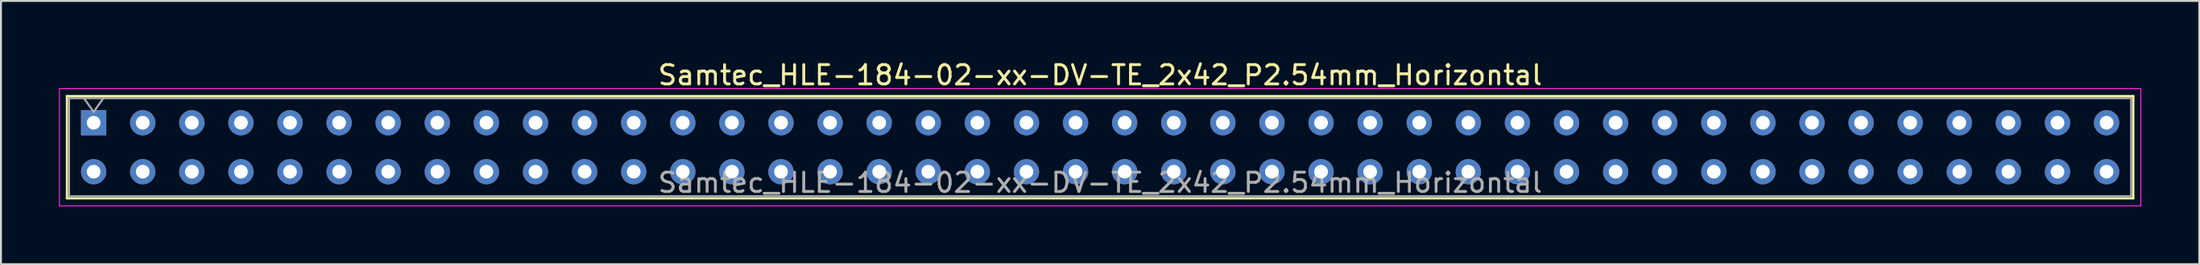
<source format=kicad_pcb>
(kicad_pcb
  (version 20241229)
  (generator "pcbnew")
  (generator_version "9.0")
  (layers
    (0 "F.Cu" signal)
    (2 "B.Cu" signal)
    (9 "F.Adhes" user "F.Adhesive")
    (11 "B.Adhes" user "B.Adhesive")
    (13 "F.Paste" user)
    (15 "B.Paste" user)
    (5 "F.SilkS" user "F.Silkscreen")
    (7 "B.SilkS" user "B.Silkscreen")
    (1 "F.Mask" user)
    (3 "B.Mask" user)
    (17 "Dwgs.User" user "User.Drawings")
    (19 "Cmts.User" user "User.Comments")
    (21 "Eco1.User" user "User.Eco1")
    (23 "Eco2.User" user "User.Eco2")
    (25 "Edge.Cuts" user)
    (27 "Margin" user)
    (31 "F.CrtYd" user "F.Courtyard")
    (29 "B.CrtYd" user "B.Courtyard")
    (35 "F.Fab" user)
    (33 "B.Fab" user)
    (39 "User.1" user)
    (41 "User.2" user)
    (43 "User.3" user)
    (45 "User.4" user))
  (footprint "Samtec_HLE-184-02-xx-DV-TE_2x42_P2.54mm_Horizontal"
    (layer "F.Cu")
    (at 1.795 3.318)
    (property "Reference" "Samtec_HLE-184-02-xx-DV-TE_2x42_P2.54mm_Horizontal" (at 52.07 -2.47 0) (layer "F.SilkS") (effects (font (size 1 1) (thickness 0.15))))
    (attr through_hole)
    (fp_line (start -1.38 -1.38) (end 105.52 -1.38) (stroke (width 0.12) (type solid)) (layer "F.SilkS"))
    (fp_line (start -1.38 3.92) (end -1.38 -1.38) (stroke (width 0.12) (type solid)) (layer "F.SilkS"))
    (fp_line (start 105.52 -1.38) (end 105.52 3.92) (stroke (width 0.12) (type solid)) (layer "F.SilkS"))
    (fp_line (start 105.52 3.92) (end -1.38 3.92) (stroke (width 0.12) (type solid)) (layer "F.SilkS"))
    (fp_line (start -1.77 -1.77) (end 105.91 -1.77) (stroke (width 0.05) (type solid)) (layer "F.CrtYd"))
    (fp_line (start -1.77 4.31) (end -1.77 -1.77) (stroke (width 0.05) (type solid)) (layer "F.CrtYd"))
    (fp_line (start 105.91 -1.77) (end 105.91 4.31) (stroke (width 0.05) (type solid)) (layer "F.CrtYd"))
    (fp_line (start 105.91 4.31) (end -1.77 4.31) (stroke (width 0.05) (type solid)) (layer "F.CrtYd"))
    (fp_line (start -1.27 -1.27) (end 105.41 -1.27) (stroke (width 0.1) (type solid)) (layer "F.Fab"))
    (fp_line (start -1.27 3.81) (end -1.27 -1.27) (stroke (width 0.1) (type solid)) (layer "F.Fab"))
    (fp_line (start -0.5 -1.27) (end 0 -0.563) (stroke (width 0.1) (type solid)) (layer "F.Fab"))
    (fp_line (start 0 -0.563) (end 0.5 -1.27) (stroke (width 0.1) (type solid)) (layer "F.Fab"))
    (fp_line (start 105.41 -1.27) (end 105.41 3.81) (stroke (width 0.1) (type solid)) (layer "F.Fab"))
    (fp_line (start 105.41 3.81) (end -1.27 3.81) (stroke (width 0.1) (type solid)) (layer "F.Fab"))
    (fp_text user "${REFERENCE}" (at 52.07 3.11 0) (layer "F.Fab") (effects (font (size 1 1) (thickness 0.15))))
    (pad "1" thru_hole rect (at 0 0) (size 1.31 1.31) (drill 0.71) (layers "*.Cu" "*.Mask"))
    (pad "2" thru_hole circle (at 0 2.54) (size 1.31 1.31) (drill 0.71) (layers "*.Cu" "*.Mask"))
    (pad "3" thru_hole circle (at 2.54 0) (size 1.31 1.31) (drill 0.71) (layers "*.Cu" "*.Mask"))
    (pad "4" thru_hole circle (at 2.54 2.54) (size 1.31 1.31) (drill 0.71) (layers "*.Cu" "*.Mask"))
    (pad "5" thru_hole circle (at 5.08 0) (size 1.31 1.31) (drill 0.71) (layers "*.Cu" "*.Mask"))
    (pad "6" thru_hole circle (at 5.08 2.54) (size 1.31 1.31) (drill 0.71) (layers "*.Cu" "*.Mask"))
    (pad "7" thru_hole circle (at 7.62 0) (size 1.31 1.31) (drill 0.71) (layers "*.Cu" "*.Mask"))
    (pad "8" thru_hole circle (at 7.62 2.54) (size 1.31 1.31) (drill 0.71) (layers "*.Cu" "*.Mask"))
    (pad "9" thru_hole circle (at 10.16 0) (size 1.31 1.31) (drill 0.71) (layers "*.Cu" "*.Mask"))
    (pad "10" thru_hole circle (at 10.16 2.54) (size 1.31 1.31) (drill 0.71) (layers "*.Cu" "*.Mask"))
    (pad "11" thru_hole circle (at 12.7 0) (size 1.31 1.31) (drill 0.71) (layers "*.Cu" "*.Mask"))
    (pad "12" thru_hole circle (at 12.7 2.54) (size 1.31 1.31) (drill 0.71) (layers "*.Cu" "*.Mask"))
    (pad "13" thru_hole circle (at 15.24 0) (size 1.31 1.31) (drill 0.71) (layers "*.Cu" "*.Mask"))
    (pad "14" thru_hole circle (at 15.24 2.54) (size 1.31 1.31) (drill 0.71) (layers "*.Cu" "*.Mask"))
    (pad "15" thru_hole circle (at 17.78 0) (size 1.31 1.31) (drill 0.71) (layers "*.Cu" "*.Mask"))
    (pad "16" thru_hole circle (at 17.78 2.54) (size 1.31 1.31) (drill 0.71) (layers "*.Cu" "*.Mask"))
    (pad "17" thru_hole circle (at 20.32 0) (size 1.31 1.31) (drill 0.71) (layers "*.Cu" "*.Mask"))
    (pad "18" thru_hole circle (at 20.32 2.54) (size 1.31 1.31) (drill 0.71) (layers "*.Cu" "*.Mask"))
    (pad "19" thru_hole circle (at 22.86 0) (size 1.31 1.31) (drill 0.71) (layers "*.Cu" "*.Mask"))
    (pad "20" thru_hole circle (at 22.86 2.54) (size 1.31 1.31) (drill 0.71) (layers "*.Cu" "*.Mask"))
    (pad "21" thru_hole circle (at 25.4 0) (size 1.31 1.31) (drill 0.71) (layers "*.Cu" "*.Mask"))
    (pad "22" thru_hole circle (at 25.4 2.54) (size 1.31 1.31) (drill 0.71) (layers "*.Cu" "*.Mask"))
    (pad "23" thru_hole circle (at 27.94 0) (size 1.31 1.31) (drill 0.71) (layers "*.Cu" "*.Mask"))
    (pad "24" thru_hole circle (at 27.94 2.54) (size 1.31 1.31) (drill 0.71) (layers "*.Cu" "*.Mask"))
    (pad "25" thru_hole circle (at 30.48 0) (size 1.31 1.31) (drill 0.71) (layers "*.Cu" "*.Mask"))
    (pad "26" thru_hole circle (at 30.48 2.54) (size 1.31 1.31) (drill 0.71) (layers "*.Cu" "*.Mask"))
    (pad "27" thru_hole circle (at 33.02 0) (size 1.31 1.31) (drill 0.71) (layers "*.Cu" "*.Mask"))
    (pad "28" thru_hole circle (at 33.02 2.54) (size 1.31 1.31) (drill 0.71) (layers "*.Cu" "*.Mask"))
    (pad "29" thru_hole circle (at 35.56 0) (size 1.31 1.31) (drill 0.71) (layers "*.Cu" "*.Mask"))
    (pad "30" thru_hole circle (at 35.56 2.54) (size 1.31 1.31) (drill 0.71) (layers "*.Cu" "*.Mask"))
    (pad "31" thru_hole circle (at 38.1 0) (size 1.31 1.31) (drill 0.71) (layers "*.Cu" "*.Mask"))
    (pad "32" thru_hole circle (at 38.1 2.54) (size 1.31 1.31) (drill 0.71) (layers "*.Cu" "*.Mask"))
    (pad "33" thru_hole circle (at 40.64 0) (size 1.31 1.31) (drill 0.71) (layers "*.Cu" "*.Mask"))
    (pad "34" thru_hole circle (at 40.64 2.54) (size 1.31 1.31) (drill 0.71) (layers "*.Cu" "*.Mask"))
    (pad "35" thru_hole circle (at 43.18 0) (size 1.31 1.31) (drill 0.71) (layers "*.Cu" "*.Mask"))
    (pad "36" thru_hole circle (at 43.18 2.54) (size 1.31 1.31) (drill 0.71) (layers "*.Cu" "*.Mask"))
    (pad "37" thru_hole circle (at 45.72 0) (size 1.31 1.31) (drill 0.71) (layers "*.Cu" "*.Mask"))
    (pad "38" thru_hole circle (at 45.72 2.54) (size 1.31 1.31) (drill 0.71) (layers "*.Cu" "*.Mask"))
    (pad "39" thru_hole circle (at 48.26 0) (size 1.31 1.31) (drill 0.71) (layers "*.Cu" "*.Mask"))
    (pad "40" thru_hole circle (at 48.26 2.54) (size 1.31 1.31) (drill 0.71) (layers "*.Cu" "*.Mask"))
    (pad "41" thru_hole circle (at 50.8 0) (size 1.31 1.31) (drill 0.71) (layers "*.Cu" "*.Mask"))
    (pad "42" thru_hole circle (at 50.8 2.54) (size 1.31 1.31) (drill 0.71) (layers "*.Cu" "*.Mask"))
    (pad "43" thru_hole circle (at 53.34 0) (size 1.31 1.31) (drill 0.71) (layers "*.Cu" "*.Mask"))
    (pad "44" thru_hole circle (at 53.34 2.54) (size 1.31 1.31) (drill 0.71) (layers "*.Cu" "*.Mask"))
    (pad "45" thru_hole circle (at 55.88 0) (size 1.31 1.31) (drill 0.71) (layers "*.Cu" "*.Mask"))
    (pad "46" thru_hole circle (at 55.88 2.54) (size 1.31 1.31) (drill 0.71) (layers "*.Cu" "*.Mask"))
    (pad "47" thru_hole circle (at 58.42 0) (size 1.31 1.31) (drill 0.71) (layers "*.Cu" "*.Mask"))
    (pad "48" thru_hole circle (at 58.42 2.54) (size 1.31 1.31) (drill 0.71) (layers "*.Cu" "*.Mask"))
    (pad "49" thru_hole circle (at 60.96 0) (size 1.31 1.31) (drill 0.71) (layers "*.Cu" "*.Mask"))
    (pad "50" thru_hole circle (at 60.96 2.54) (size 1.31 1.31) (drill 0.71) (layers "*.Cu" "*.Mask"))
    (pad "51" thru_hole circle (at 63.5 0) (size 1.31 1.31) (drill 0.71) (layers "*.Cu" "*.Mask"))
    (pad "52" thru_hole circle (at 63.5 2.54) (size 1.31 1.31) (drill 0.71) (layers "*.Cu" "*.Mask"))
    (pad "53" thru_hole circle (at 66.04 0) (size 1.31 1.31) (drill 0.71) (layers "*.Cu" "*.Mask"))
    (pad "54" thru_hole circle (at 66.04 2.54) (size 1.31 1.31) (drill 0.71) (layers "*.Cu" "*.Mask"))
    (pad "55" thru_hole circle (at 68.58 0) (size 1.31 1.31) (drill 0.71) (layers "*.Cu" "*.Mask"))
    (pad "56" thru_hole circle (at 68.58 2.54) (size 1.31 1.31) (drill 0.71) (layers "*.Cu" "*.Mask"))
    (pad "57" thru_hole circle (at 71.12 0) (size 1.31 1.31) (drill 0.71) (layers "*.Cu" "*.Mask"))
    (pad "58" thru_hole circle (at 71.12 2.54) (size 1.31 1.31) (drill 0.71) (layers "*.Cu" "*.Mask"))
    (pad "59" thru_hole circle (at 73.66 0) (size 1.31 1.31) (drill 0.71) (layers "*.Cu" "*.Mask"))
    (pad "60" thru_hole circle (at 73.66 2.54) (size 1.31 1.31) (drill 0.71) (layers "*.Cu" "*.Mask"))
    (pad "61" thru_hole circle (at 76.2 0) (size 1.31 1.31) (drill 0.71) (layers "*.Cu" "*.Mask"))
    (pad "62" thru_hole circle (at 76.2 2.54) (size 1.31 1.31) (drill 0.71) (layers "*.Cu" "*.Mask"))
    (pad "63" thru_hole circle (at 78.74 0) (size 1.31 1.31) (drill 0.71) (layers "*.Cu" "*.Mask"))
    (pad "64" thru_hole circle (at 78.74 2.54) (size 1.31 1.31) (drill 0.71) (layers "*.Cu" "*.Mask"))
    (pad "65" thru_hole circle (at 81.28 0) (size 1.31 1.31) (drill 0.71) (layers "*.Cu" "*.Mask"))
    (pad "66" thru_hole circle (at 81.28 2.54) (size 1.31 1.31) (drill 0.71) (layers "*.Cu" "*.Mask"))
    (pad "67" thru_hole circle (at 83.82 0) (size 1.31 1.31) (drill 0.71) (layers "*.Cu" "*.Mask"))
    (pad "68" thru_hole circle (at 83.82 2.54) (size 1.31 1.31) (drill 0.71) (layers "*.Cu" "*.Mask"))
    (pad "69" thru_hole circle (at 86.36 0) (size 1.31 1.31) (drill 0.71) (layers "*.Cu" "*.Mask"))
    (pad "70" thru_hole circle (at 86.36 2.54) (size 1.31 1.31) (drill 0.71) (layers "*.Cu" "*.Mask"))
    (pad "71" thru_hole circle (at 88.9 0) (size 1.31 1.31) (drill 0.71) (layers "*.Cu" "*.Mask"))
    (pad "72" thru_hole circle (at 88.9 2.54) (size 1.31 1.31) (drill 0.71) (layers "*.Cu" "*.Mask"))
    (pad "73" thru_hole circle (at 91.44 0) (size 1.31 1.31) (drill 0.71) (layers "*.Cu" "*.Mask"))
    (pad "74" thru_hole circle (at 91.44 2.54) (size 1.31 1.31) (drill 0.71) (layers "*.Cu" "*.Mask"))
    (pad "75" thru_hole circle (at 93.98 0) (size 1.31 1.31) (drill 0.71) (layers "*.Cu" "*.Mask"))
    (pad "76" thru_hole circle (at 93.98 2.54) (size 1.31 1.31) (drill 0.71) (layers "*.Cu" "*.Mask"))
    (pad "77" thru_hole circle (at 96.52 0) (size 1.31 1.31) (drill 0.71) (layers "*.Cu" "*.Mask"))
    (pad "78" thru_hole circle (at 96.52 2.54) (size 1.31 1.31) (drill 0.71) (layers "*.Cu" "*.Mask"))
    (pad "79" thru_hole circle (at 99.06 0) (size 1.31 1.31) (drill 0.71) (layers "*.Cu" "*.Mask"))
    (pad "80" thru_hole circle (at 99.06 2.54) (size 1.31 1.31) (drill 0.71) (layers "*.Cu" "*.Mask"))
    (pad "81" thru_hole circle (at 101.6 0) (size 1.31 1.31) (drill 0.71) (layers "*.Cu" "*.Mask"))
    (pad "82" thru_hole circle (at 101.6 2.54) (size 1.31 1.31) (drill 0.71) (layers "*.Cu" "*.Mask"))
    (pad "83" thru_hole circle (at 104.14 0) (size 1.31 1.31) (drill 0.71) (layers "*.Cu" "*.Mask"))
    (pad "84" thru_hole circle (at 104.14 2.54) (size 1.31 1.31) (drill 0.71) (layers "*.Cu" "*.Mask")))
  (gr_rect
    (start -3 -3)
    (end 110.73 10.653)
    (stroke (width 0.1) (type default))
    (fill no)
    (layer "Edge.Cuts")))
</source>
